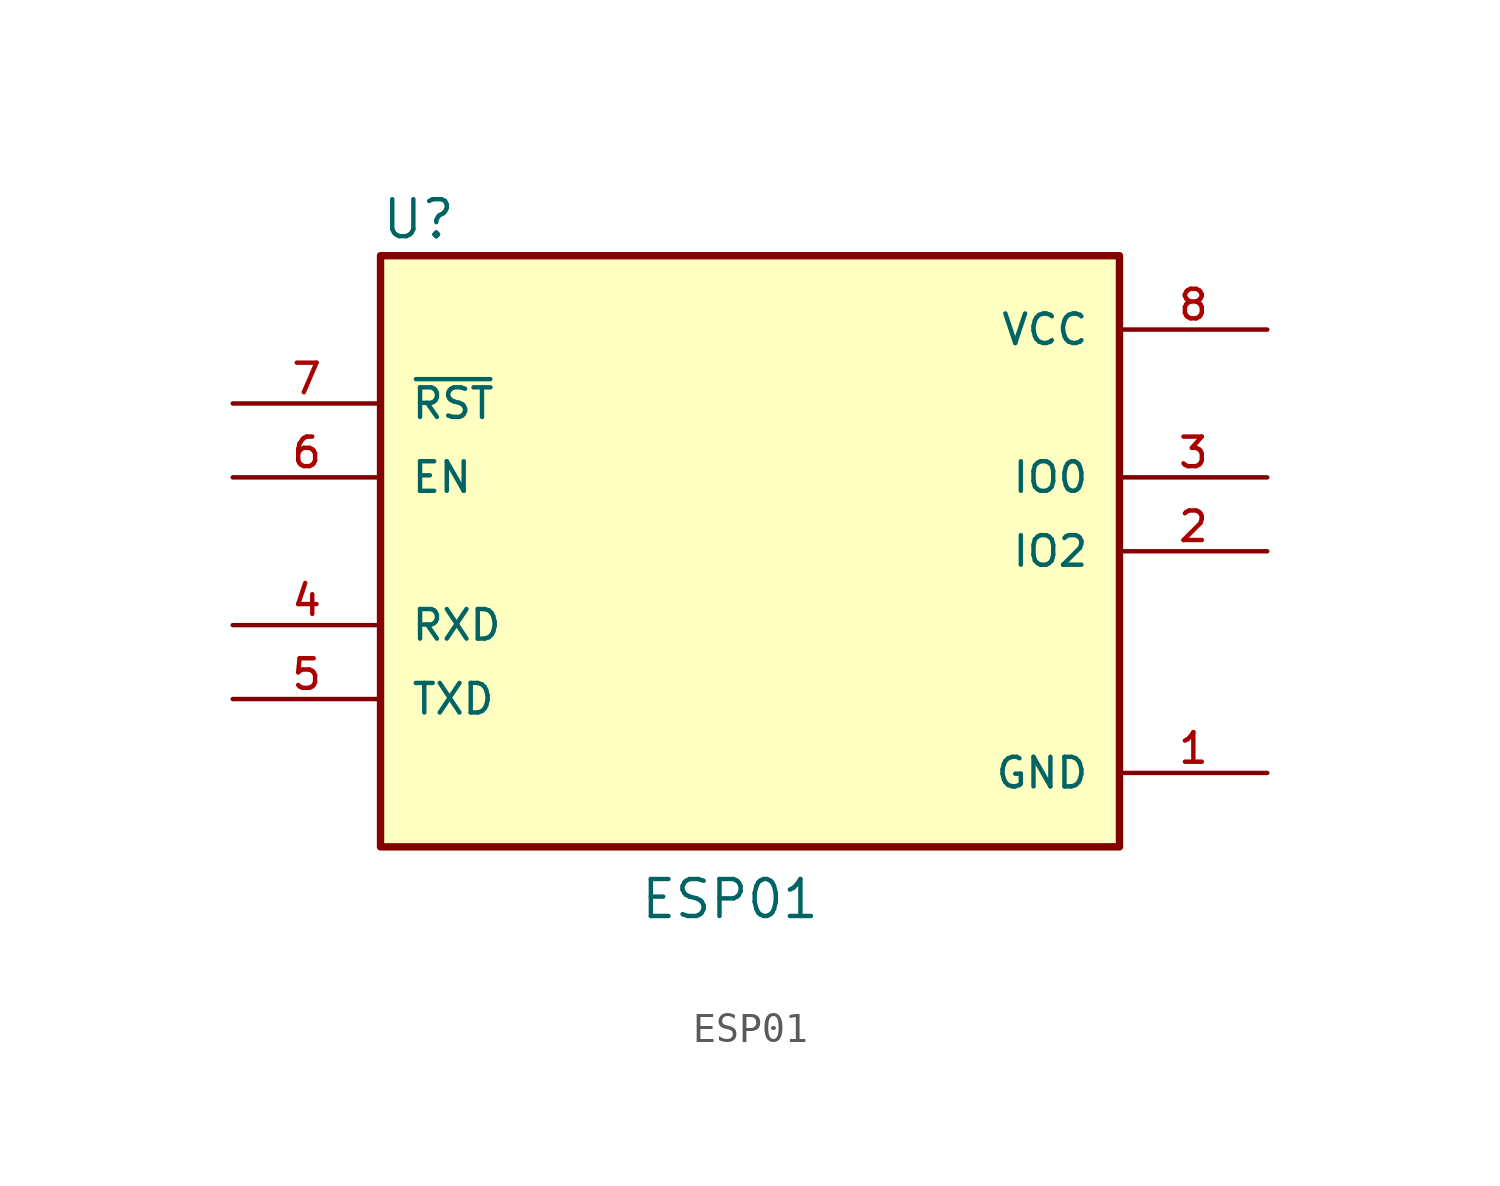
<source format=kicad_sym>
(kicad_symbol_lib
  (version 20211014)
  (generator kicad_symbol_editor)
  (symbol "ESP01"
    (pin_names
      (offset 1.016))
    (property "Reference" "U"
      (at -12.7 10.668 0)
      (effects (font (size 1.27 1.27)) (justify left bottom)))
    (property "Value" "ESP01"
      (at -3.81 -12.7 0)
      (effects (font (size 1.27 1.27)) (justify left bottom)))
    (property "ki_locked" ""
      (at 0 0 0)
      (effects (font (size 1.27 1.27))))
    (symbol "ESP01_0_0"
      (rectangle (start -12.7 -10.16) (end 12.7 10.16) (stroke (width 0.254) (type default) (color 0 0 0 0)) (fill (type background)))
      (pin power_in line (at 17.78 -7.62 180) (length 5.08) (name "GND" (effects (font (size 1.016 1.016)))) (number "1" (effects (font (size 1.016 1.016)))))
      (pin bidirectional line (at 17.78 0 180) (length 5.08) (name "IO2" (effects (font (size 1.016 1.016)))) (number "2" (effects (font (size 1.016 1.016)))))
      (pin bidirectional line (at 17.78 2.54 180) (length 5.08) (name "IO0" (effects (font (size 1.016 1.016)))) (number "3" (effects (font (size 1.016 1.016)))))
      (pin input line (at -17.78 -2.54 0) (length 5.08) (name "RXD" (effects (font (size 1.016 1.016)))) (number "4" (effects (font (size 1.016 1.016)))))
      (pin output line (at -17.78 -5.08 0) (length 5.08) (name "TXD" (effects (font (size 1.016 1.016)))) (number "5" (effects (font (size 1.016 1.016)))))
      (pin input line (at -17.78 2.54 0) (length 5.08) (name "EN" (effects (font (size 1.016 1.016)))) (number "6" (effects (font (size 1.016 1.016)))))
      (pin input line (at -17.78 5.08 0) (length 5.08) (name "~{RST}" (effects (font (size 1.016 1.016)))) (number "7" (effects (font (size 1.016 1.016)))))
      (pin power_in line (at 17.78 7.62 180) (length 5.08) (name "VCC" (effects (font (size 1.016 1.016)))) (number "8" (effects (font (size 1.016 1.016))))))))
</source>
